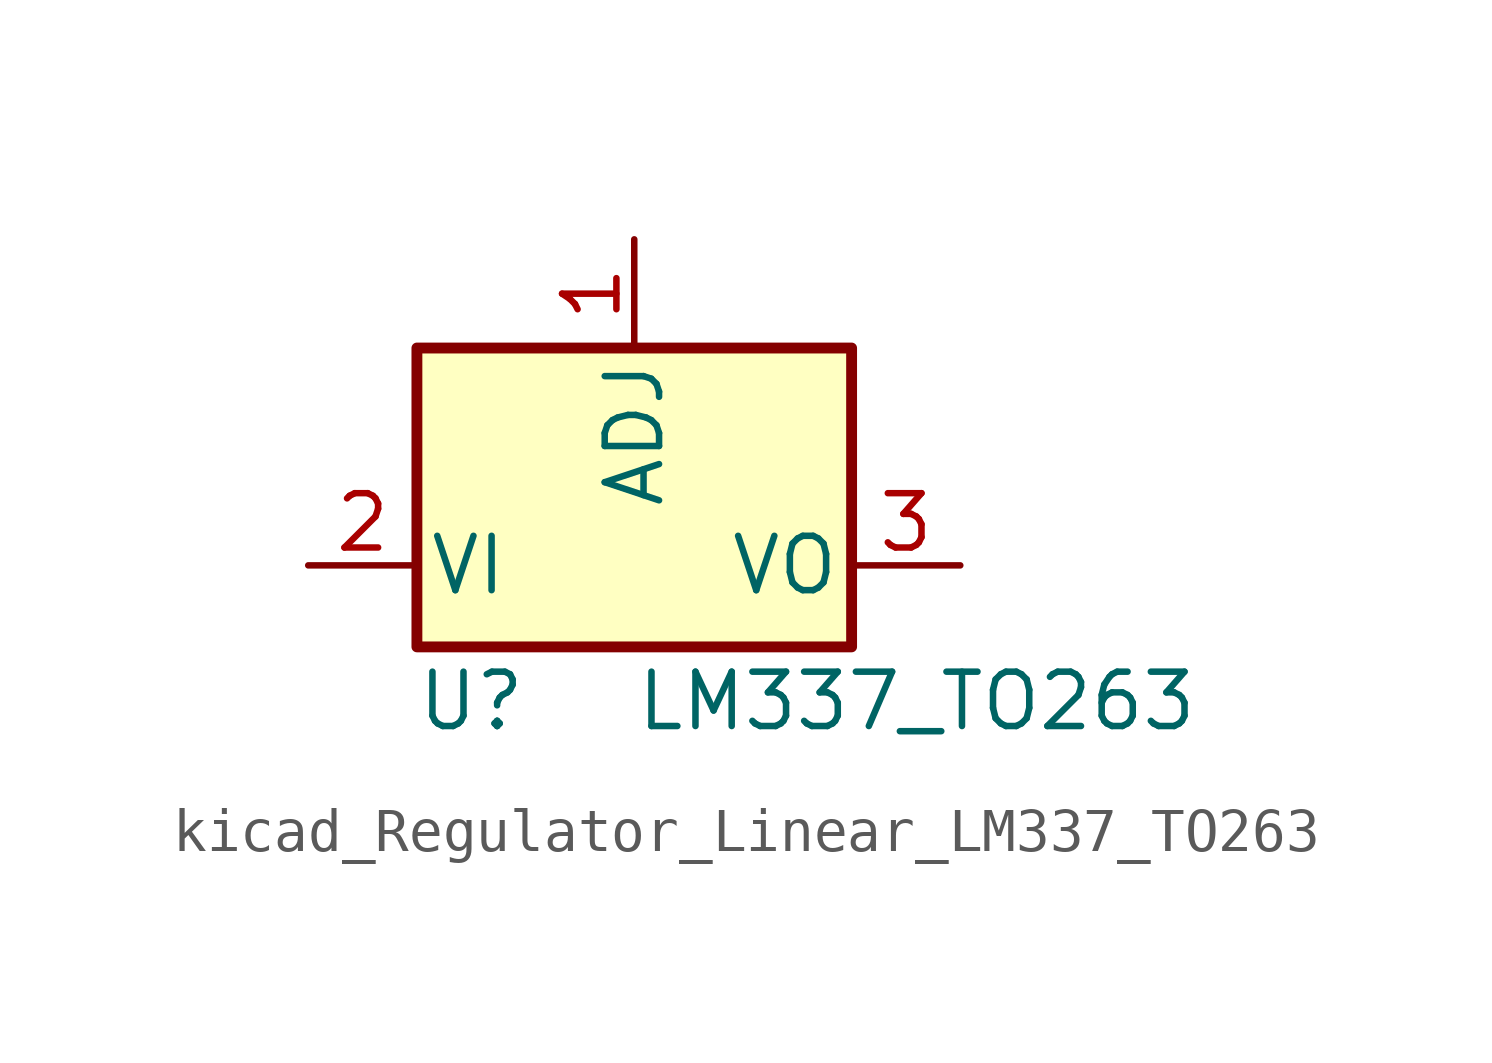
<source format=kicad_sym>
(kicad_symbol_lib
  (version 20220914)
  (generator kicad_symbol_editor)
  (symbol "kicad_Regulator_Linear_LM337_TO263"
    (pin_names
      (offset 0.254))
    (property "Reference" "U"
      (at -3.81 -3.175 0)
      (effects (font (size 1.27 1.27))))
    (property "Value" "LM337_TO263"
      (at 0 -3.175 0)
      (effects (font (size 1.27 1.27)) (justify left)))
    (symbol "kicad_Regulator_Linear_LM337_TO263_0_1"
      (rectangle (start -5.08 5.08) (end 5.08 -1.905) (stroke (width 0.254) (type default)) (fill (type background))))
    (symbol "kicad_Regulator_Linear_LM337_TO263_1_1"
      (pin input line (at 0 7.62 270) (length 2.54) (name "ADJ" (effects (font (size 1.27 1.27)))) (number "1" (effects (font (size 1.27 1.27)))))
      (pin power_in line (at -7.62 0 0) (length 2.54) (name "VI" (effects (font (size 1.27 1.27)))) (number "2" (effects (font (size 1.27 1.27)))))
      (pin power_out line (at 7.62 0 180) (length 2.54) (name "VO" (effects (font (size 1.27 1.27)))) (number "3" (effects (font (size 1.27 1.27))))))))
</source>
